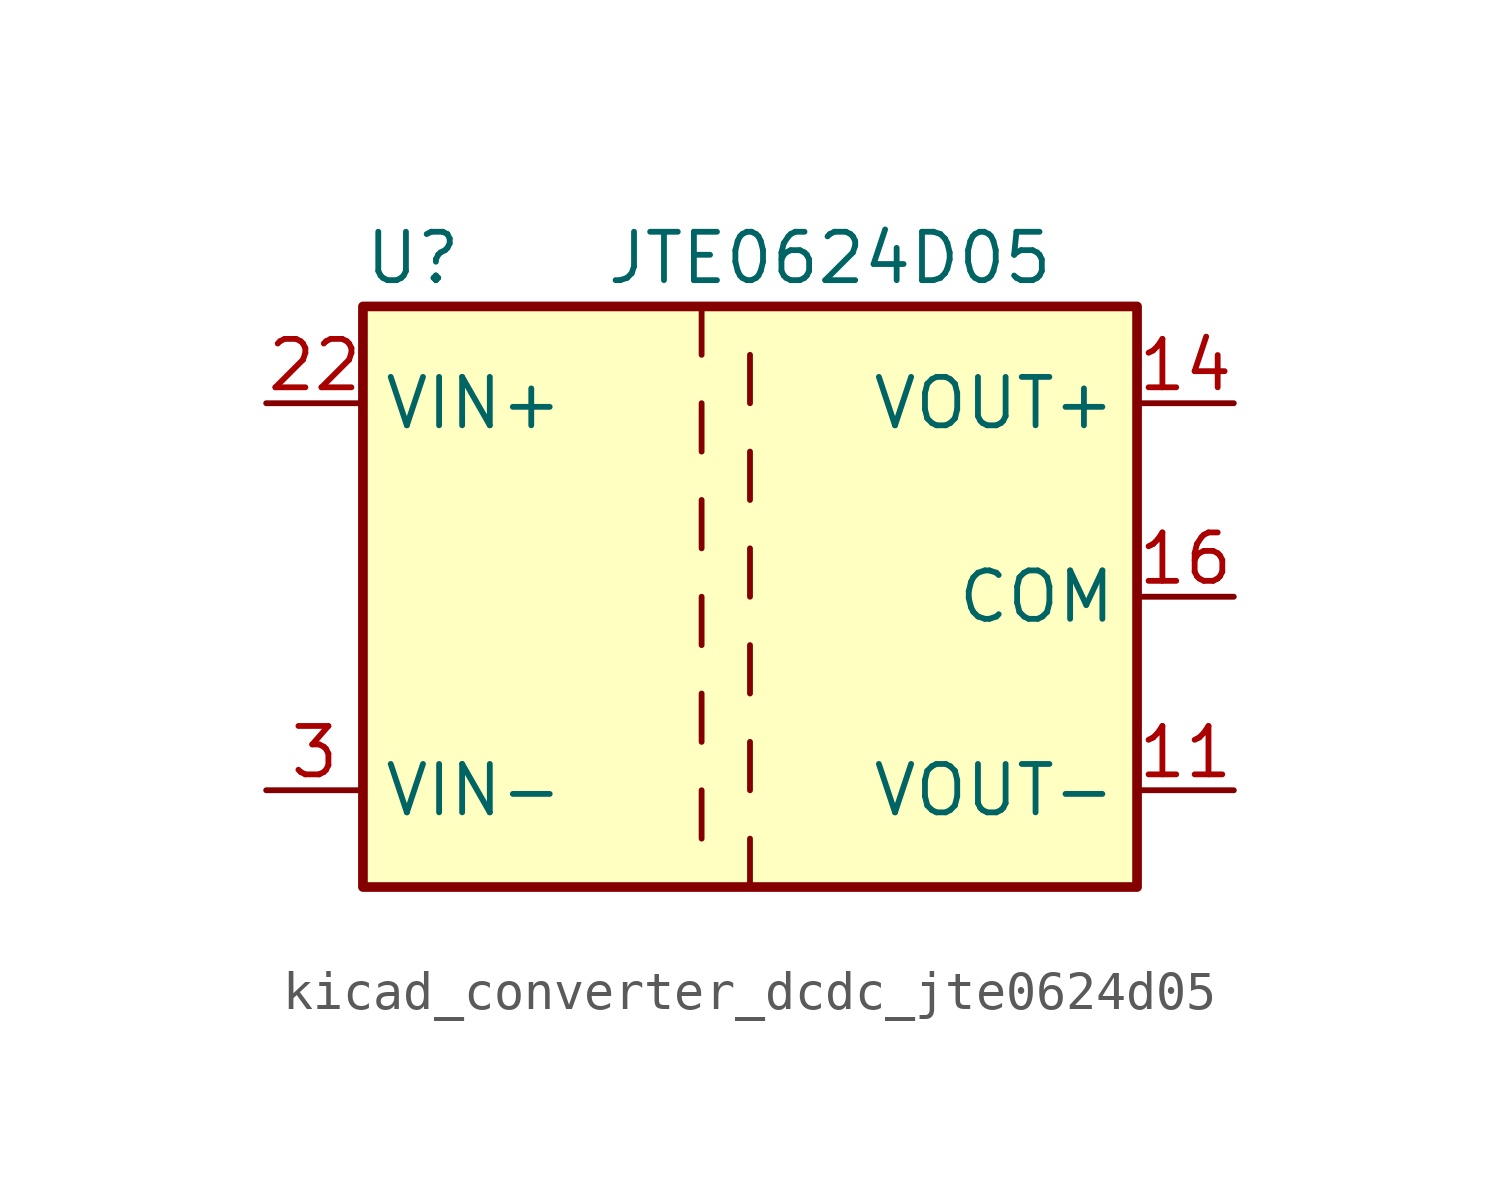
<source format=kicad_sym>
(kicad_symbol_lib
  (version 20220914)
  (generator kicad_symbol_editor)
  (symbol "kicad_converter_dcdc_jte0624d05"
    (property "Reference" "U"
      (at -10.16 8.89 0)
      (effects (font (size 1.27 1.27)) (justify left)))
    (property "Value" "JTE0624D05"
      (at -3.81 8.89 0)
      (effects (font (size 1.27 1.27)) (justify left)))
    (symbol "kicad_converter_dcdc_jte0624d05_0_1"
      (rectangle (start -10.16 7.62) (end 10.16 -7.62) (stroke (width 0.254) (type default)) (fill (type background)))
      (polyline (pts (xy -1.27 -5.08) (xy -1.27 -6.35)) (stroke (width 0) (type default)) (fill (type none)))
      (polyline (pts (xy -1.27 -2.54) (xy -1.27 -3.81)) (stroke (width 0) (type default)) (fill (type none)))
      (polyline (pts (xy -1.27 0) (xy -1.27 -1.27)) (stroke (width 0) (type default)) (fill (type none)))
      (polyline (pts (xy -1.27 2.54) (xy -1.27 1.27)) (stroke (width 0) (type default)) (fill (type none)))
      (polyline (pts (xy -1.27 5.08) (xy -1.27 3.81)) (stroke (width 0) (type default)) (fill (type none)))
      (polyline (pts (xy -1.27 7.62) (xy -1.27 6.35)) (stroke (width 0) (type default)) (fill (type none)))
      (polyline (pts (xy 0 -7.62) (xy 0 -6.35)) (stroke (width 0) (type default)) (fill (type none)))
      (polyline (pts (xy 0 -5.08) (xy 0 -3.81)) (stroke (width 0) (type default)) (fill (type none)))
      (polyline (pts (xy 0 -1.27) (xy 0 -2.54)) (stroke (width 0) (type default)) (fill (type none)))
      (polyline (pts (xy 0 0) (xy 0 1.27)) (stroke (width 0) (type default)) (fill (type none)))
      (polyline (pts (xy 0 2.54) (xy 0 3.81)) (stroke (width 0) (type default)) (fill (type none)))
      (polyline (pts (xy 0 5.08) (xy 0 6.35)) (stroke (width 0) (type default)) (fill (type none))))
    (symbol "kicad_converter_dcdc_jte0624d05_1_1"
      (pin power_out line (at 12.7 -5.08 180) (length 2.54) (name "VOUT-" (effects (font (size 1.27 1.27)))) (number "11" (effects (font (size 1.27 1.27)))))
      (pin power_out line (at 12.7 5.08 180) (length 2.54) (name "VOUT+" (effects (font (size 1.27 1.27)))) (number "14" (effects (font (size 1.27 1.27)))))
      (pin power_out line (at 12.7 0 180) (length 2.54) (name "COM" (effects (font (size 1.27 1.27)))) (number "16" (effects (font (size 1.27 1.27)))))
      (pin passive line (at -12.7 -5.08 0) (length 2.54) hide (name "VIN-" (effects (font (size 1.27 1.27)))) (number "2" (effects (font (size 1.27 1.27)))))
      (pin power_in line (at -12.7 5.08 0) (length 2.54) (name "VIN+" (effects (font (size 1.27 1.27)))) (number "22" (effects (font (size 1.27 1.27)))))
      (pin passive line (at -12.7 5.08 0) (length 2.54) hide (name "VIN+" (effects (font (size 1.27 1.27)))) (number "23" (effects (font (size 1.27 1.27)))))
      (pin power_in line (at -12.7 -5.08 0) (length 2.54) (name "VIN-" (effects (font (size 1.27 1.27)))) (number "3" (effects (font (size 1.27 1.27)))))
      (pin passive line (at 12.7 0 180) (length 2.54) hide (name "COM" (effects (font (size 1.27 1.27)))) (number "9" (effects (font (size 1.27 1.27))))))))
</source>
